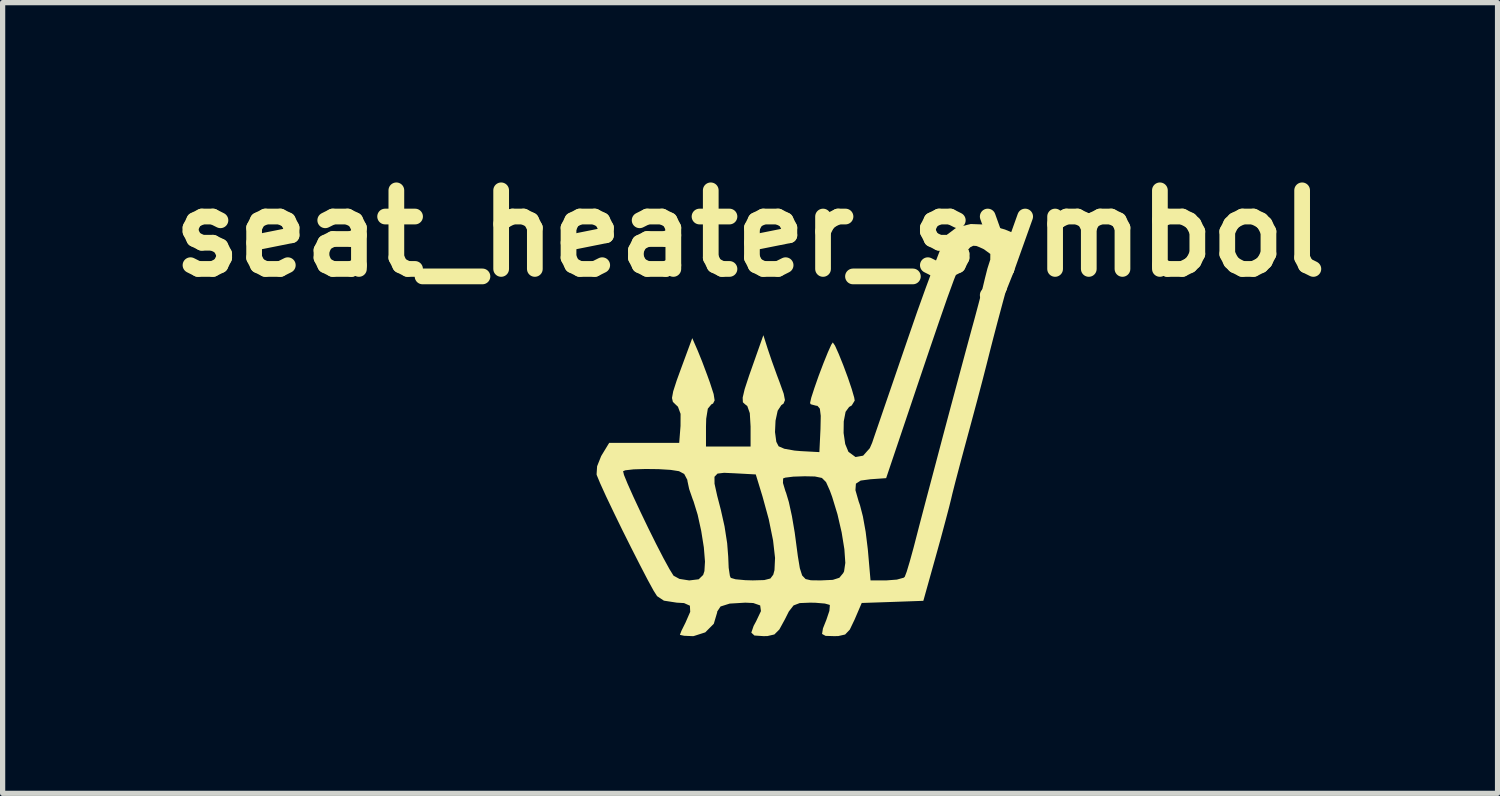
<source format=kicad_pcb>
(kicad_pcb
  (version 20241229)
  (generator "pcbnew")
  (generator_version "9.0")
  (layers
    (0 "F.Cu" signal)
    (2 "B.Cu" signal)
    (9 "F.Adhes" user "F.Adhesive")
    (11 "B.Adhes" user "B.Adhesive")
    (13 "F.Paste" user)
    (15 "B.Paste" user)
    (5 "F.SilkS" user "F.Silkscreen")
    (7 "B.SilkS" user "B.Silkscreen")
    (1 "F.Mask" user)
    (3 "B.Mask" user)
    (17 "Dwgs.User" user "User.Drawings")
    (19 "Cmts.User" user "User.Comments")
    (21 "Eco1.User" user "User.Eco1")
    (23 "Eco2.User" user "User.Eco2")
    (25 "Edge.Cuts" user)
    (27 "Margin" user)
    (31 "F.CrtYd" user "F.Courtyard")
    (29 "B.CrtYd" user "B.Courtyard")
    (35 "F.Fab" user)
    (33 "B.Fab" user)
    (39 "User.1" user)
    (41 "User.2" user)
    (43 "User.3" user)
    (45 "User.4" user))
  (footprint "seat_heater_symbol"
    (layer "F.Cu")
    (at 12.764 4.904)
    (property "Reference" "seat_heater_symbol" (at -1.5 -3.5 0) (layer "F.SilkS") (effects (font (size 1.5 1.5) (thickness 0.3))))
    (attr board_only exclude_from_pos_files exclude_from_bom)
    (fp_poly (pts (xy 3.031 -3.667) (xy 3.361 -3.575) (xy 3.367 -3.573) (xy 3.668 -3.448) (xy 3.425 -2.558) (xy 3.322 -2.18) (xy 3.223 -1.811) (xy 3.14 -1.495) (xy 3.084 -1.277) (xy 3.013 -0.996) (xy 2.934 -0.689) (xy 2.839 -0.328) (xy 2.72 0.115) (xy 2.588 0.603) (xy 2.5 0.931) (xy 2.42 1.235) (xy 2.36 1.471) (xy 2.339 1.561) (xy 2.298 1.726) (xy 2.228 1.991) (xy 2.14 2.319) (xy 2.045 2.661) (xy 1.807 3.512) (xy 1.219 3.533) (xy 0.631 3.553) (xy 0.495 3.87) (xy 0.403 4.062) (xy 0.314 4.155) (xy 0.186 4.184) (xy 0.109 4.186) (xy -0.059 4.181) (xy -0.126 4.144) (xy -0.109 4.039) (xy -0.042 3.87) (xy 0.014 3.703) (xy 0.023 3.598) (xy 0.018 3.589) (xy -0.072 3.564) (xy -0.252 3.549) (xy -0.352 3.547) (xy -0.552 3.555) (xy -0.67 3.6) (xy -0.76 3.716) (xy -0.836 3.867) (xy -0.941 4.059) (xy -1.036 4.154) (xy -1.166 4.184) (xy -1.241 4.186) (xy -1.417 4.174) (xy -1.476 4.119) (xy -1.432 3.991) (xy -1.384 3.902) (xy -1.292 3.708) (xy -1.307 3.6) (xy -1.439 3.554) (xy -1.591 3.547) (xy -1.889 3.565) (xy -2.063 3.62) (xy -2.127 3.717) (xy -2.128 3.735) (xy -2.192 3.95) (xy -2.355 4.114) (xy -2.576 4.185) (xy -2.598 4.186) (xy -2.759 4.179) (xy -2.837 4.162) (xy -2.838 4.159) (xy -2.809 4.083) (xy -2.737 3.938) (xy -2.732 3.928) (xy -2.642 3.722) (xy -2.648 3.605) (xy -2.76 3.555) (xy -2.898 3.547) (xy -3.144 3.509) (xy -3.274 3.423) (xy -3.341 3.318) (xy -3.454 3.111) (xy -3.6 2.83) (xy -3.767 2.502) (xy -3.94 2.156) (xy -4.105 1.817) (xy -4.25 1.513) (xy -4.36 1.271) (xy -4.423 1.119) (xy -4.429 1.099) (xy -4.425 1.038) (xy -3.923 1.038) (xy -3.906 1.11) (xy -3.836 1.281) (xy -3.727 1.525) (xy -3.591 1.816) (xy -3.442 2.126) (xy -3.291 2.43) (xy -3.152 2.699) (xy -3.037 2.909) (xy -2.96 3.033) (xy -2.959 3.033) (xy -2.847 3.094) (xy -2.666 3.122) (xy -2.653 3.122) (xy -2.48 3.101) (xy -2.395 3.018) (xy -2.371 2.945) (xy -2.36 2.763) (xy -2.382 2.492) (xy -2.432 2.178) (xy -2.5 1.869) (xy -2.579 1.612) (xy -2.594 1.575) (xy -2.662 1.379) (xy -2.696 1.22) (xy -2.696 1.206) (xy -2.728 1.145) (xy -2.179 1.145) (xy -2.178 1.277) (xy -2.128 1.504) (xy -2.058 1.774) (xy -1.987 2.091) (xy -1.937 2.412) (xy -1.917 2.667) (xy -1.908 2.882) (xy -1.885 3.035) (xy -1.868 3.074) (xy -1.776 3.101) (xy -1.59 3.118) (xy -1.448 3.122) (xy -1.229 3.116) (xy -1.112 3.086) (xy -1.057 3.013) (xy -1.034 2.927) (xy -1.023 2.693) (xy -1.061 2.359) (xy -1.143 1.956) (xy -1.261 1.525) (xy -1.341 1.263) (xy -0.872 1.263) (xy -0.825 1.42) (xy -0.813 1.449) (xy -0.76 1.626) (xy -0.701 1.896) (xy -0.648 2.208) (xy -0.634 2.313) (xy -0.588 2.66) (xy -0.55 2.89) (xy -0.506 3.028) (xy -0.44 3.097) (xy -0.339 3.12) (xy -0.189 3.122) (xy -0.143 3.122) (xy 0.079 3.112) (xy 0.204 3.072) (xy 0.277 2.984) (xy 0.294 2.951) (xy 0.318 2.788) (xy 0.3 2.527) (xy 0.248 2.206) (xy 0.168 1.86) (xy 0.066 1.526) (xy 0.02 1.401) (xy 0.019 1.4) (xy 0.511 1.4) (xy 0.573 1.616) (xy 0.598 1.687) (xy 0.653 1.9) (xy 0.706 2.194) (xy 0.745 2.511) (xy 0.749 2.548) (xy 0.799 3.122) (xy 1.105 3.122) (xy 1.302 3.107) (xy 1.432 3.071) (xy 1.452 3.054) (xy 1.489 2.957) (xy 1.548 2.761) (xy 1.618 2.507) (xy 1.628 2.469) (xy 1.733 2.063) (xy 1.865 1.561) (xy 2.015 0.996) (xy 2.173 0.398) (xy 2.333 -0.202) (xy 2.486 -0.771) (xy 2.623 -1.28) (xy 2.736 -1.697) (xy 2.777 -1.845) (xy 2.856 -2.14) (xy 2.928 -2.416) (xy 2.976 -2.615) (xy 2.978 -2.625) (xy 3.03 -2.83) (xy 3.081 -2.989) (xy 3.084 -2.996) (xy 3.085 -3.108) (xy 2.962 -3.198) (xy 2.956 -3.2) (xy 2.882 -3.235) (xy 2.818 -3.26) (xy 2.76 -3.264) (xy 2.703 -3.236) (xy 2.641 -3.167) (xy 2.572 -3.046) (xy 2.489 -2.864) (xy 2.388 -2.608) (xy 2.265 -2.271) (xy 2.115 -1.839) (xy 1.932 -1.305) (xy 1.713 -0.657) (xy 1.456 0.106) (xy 1.097 1.171) (xy 0.797 1.192) (xy 0.611 1.217) (xy 0.52 1.276) (xy 0.511 1.4) (xy 0.019 1.4) (xy -0.05 1.246) (xy -0.129 1.167) (xy -0.263 1.139) (xy -0.457 1.135) (xy -0.674 1.142) (xy -0.827 1.161) (xy -0.869 1.176) (xy -0.872 1.263) (xy -1.341 1.263) (xy -1.391 1.1) (xy -1.795 1.078) (xy -1.996 1.069) (xy -2.121 1.084) (xy -2.179 1.145) (xy -2.728 1.145) (xy -2.757 1.091) (xy -2.856 1.038) (xy -3.017 1.013) (xy -3.245 0.999) (xy -3.495 0.996) (xy -3.722 1.003) (xy -3.88 1.021) (xy -3.923 1.038) (xy -4.425 1.038) (xy -4.419 0.944) (xy -4.342 0.751) (xy -4.328 0.727) (xy -4.188 0.497) (xy -3.52 0.497) (xy -2.852 0.497) (xy -2.827 0.175) (xy -2.826 -0.056) (xy -2.876 -0.192) (xy -2.92 -0.233) (xy -2.973 -0.285) (xy -2.99 -0.359) (xy -2.967 -0.485) (xy -2.9 -0.693) (xy -2.821 -0.91) (xy -2.603 -1.501) (xy -2.5 -1.265) (xy -2.416 -1.058) (xy -2.317 -0.794) (xy -2.266 -0.653) (xy -2.195 -0.434) (xy -2.176 -0.313) (xy -2.206 -0.253) (xy -2.238 -0.237) (xy -2.306 -0.155) (xy -2.337 0.037) (xy -2.341 0.185) (xy -2.341 0.568) (xy -1.916 0.568) (xy -1.49 0.568) (xy -1.49 0.185) (xy -1.505 -0.07) (xy -1.553 -0.206) (xy -1.595 -0.238) (xy -1.637 -0.277) (xy -1.641 -0.366) (xy -1.603 -0.528) (xy -1.518 -0.787) (xy -1.472 -0.917) (xy -1.246 -1.557) (xy -1.162 -1.293) (xy -1.086 -1.069) (xy -0.987 -0.794) (xy -0.935 -0.656) (xy -0.858 -0.441) (xy -0.834 -0.318) (xy -0.861 -0.252) (xy -0.904 -0.222) (xy -0.973 -0.116) (xy -1.014 0.074) (xy -1.024 0.291) (xy -0.999 0.477) (xy -0.955 0.563) (xy -0.846 0.61) (xy -0.649 0.645) (xy -0.53 0.655) (xy -0.177 0.674) (xy -0.156 0.231) (xy -0.151 -0.018) (xy -0.168 -0.155) (xy -0.213 -0.208) (xy -0.245 -0.213) (xy -0.342 -0.239) (xy -0.355 -0.263) (xy -0.332 -0.365) (xy -0.272 -0.55) (xy -0.191 -0.781) (xy -0.1 -1.021) (xy -0.015 -1.231) (xy 0.05 -1.376) (xy 0.079 -1.419) (xy 0.121 -1.358) (xy 0.192 -1.2) (xy 0.279 -0.984) (xy 0.367 -0.747) (xy 0.441 -0.528) (xy 0.488 -0.365) (xy 0.497 -0.309) (xy 0.44 -0.216) (xy 0.39 -0.187) (xy 0.323 -0.095) (xy 0.288 0.087) (xy 0.285 0.308) (xy 0.316 0.52) (xy 0.377 0.668) (xy 0.513 0.768) (xy 0.658 0.742) (xy 0.785 0.599) (xy 0.83 0.496) (xy 0.875 0.363) (xy 0.96 0.116) (xy 1.076 -0.223) (xy 1.217 -0.633) (xy 1.375 -1.094) (xy 1.523 -1.525) (xy 1.691 -2.01) (xy 1.852 -2.458) (xy 1.997 -2.848) (xy 2.119 -3.163) (xy 2.211 -3.38) (xy 2.261 -3.477) (xy 2.443 -3.614) (xy 2.712 -3.679)) (stroke (width 0) (type solid)) (fill yes) (layer "F.SilkS")))
  (gr_rect
    (start -3 -3)
    (end 25.529 12.09)
    (stroke (width 0.1) (type default))
    (fill no)
    (layer "Edge.Cuts")))
</source>
